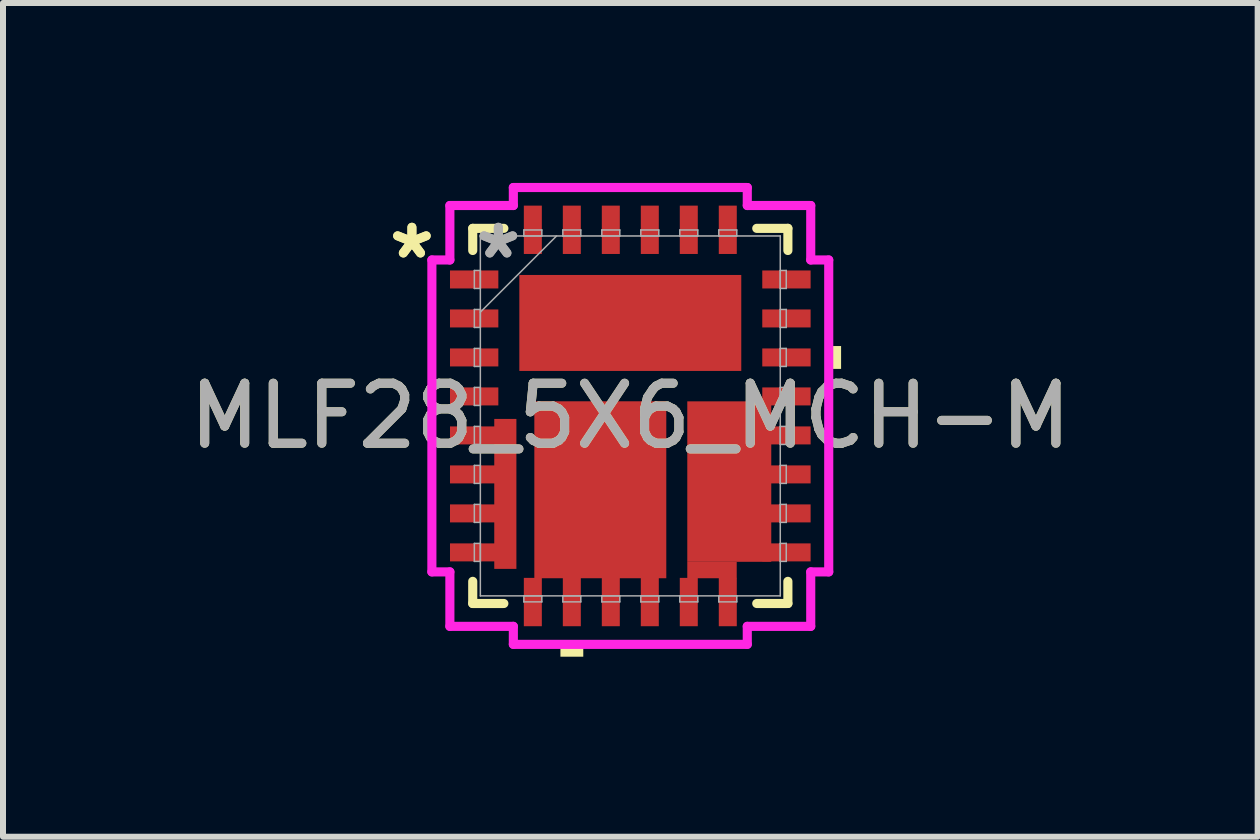
<source format=kicad_pcb>
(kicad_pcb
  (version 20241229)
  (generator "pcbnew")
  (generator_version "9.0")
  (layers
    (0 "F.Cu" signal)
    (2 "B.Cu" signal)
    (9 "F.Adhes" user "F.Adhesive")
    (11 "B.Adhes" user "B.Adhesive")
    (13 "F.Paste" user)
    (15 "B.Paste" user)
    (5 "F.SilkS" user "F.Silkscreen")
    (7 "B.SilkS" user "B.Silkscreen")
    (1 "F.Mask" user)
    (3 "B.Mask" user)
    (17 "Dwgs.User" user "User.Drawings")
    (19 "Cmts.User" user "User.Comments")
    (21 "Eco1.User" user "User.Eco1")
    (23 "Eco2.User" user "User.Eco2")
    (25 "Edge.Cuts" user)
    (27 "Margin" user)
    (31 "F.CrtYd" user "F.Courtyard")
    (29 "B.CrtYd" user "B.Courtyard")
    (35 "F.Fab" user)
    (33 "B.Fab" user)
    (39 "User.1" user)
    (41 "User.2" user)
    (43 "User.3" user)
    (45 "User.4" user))
  (footprint "MLF28_5X6_MCH-M"
    (layer "F.Cu")
    (at 7.458 3.884)
    (property "Reference" "MLF28_5X6_MCH-M" (at 0 0 0) (unlocked yes) (layer "F.SilkS") (effects (font (size 1 1) (thickness 0.15))))
    (attr smd)
    (fp_poly (pts (xy -2.268 0.05) (xy -1.899 0.05) (xy -1.899 2.55) (xy -2.268 2.55)) (stroke (width 0) (type solid)) (fill yes) (layer "F.Cu"))
    (fp_poly (pts (xy -1.6 -0.244) (xy 0.6 -0.244) (xy 0.6 2.706) (xy -1.6 2.706)) (stroke (width 0) (type solid)) (fill yes) (layer "F.Cu"))
    (fp_poly (pts (xy 0.95 2.431) (xy 1.774 2.431) (xy 1.774 2.706) (xy 0.95 2.706)) (stroke (width 0) (type solid)) (fill yes) (layer "F.Cu"))
    (fp_poly (pts (xy 0.95 -0.243) (xy 2.35 -0.243) (xy 2.35 2.432) (xy 0.95 2.432)) (stroke (width 0) (type solid)) (fill yes) (layer "F.Cu"))
    (fp_line (start -2.627 -3.127) (end -2.627 -2.758) (stroke (width 0.152) (type solid)) (layer "F.SilkS"))
    (fp_line (start -2.627 2.758) (end -2.627 3.127) (stroke (width 0.152) (type solid)) (layer "F.SilkS"))
    (fp_line (start -2.627 3.127) (end -2.108 3.127) (stroke (width 0.152) (type solid)) (layer "F.SilkS"))
    (fp_line (start -2.108 -3.127) (end -2.627 -3.127) (stroke (width 0.152) (type solid)) (layer "F.SilkS"))
    (fp_line (start 2.108 3.127) (end 2.627 3.127) (stroke (width 0.152) (type solid)) (layer "F.SilkS"))
    (fp_line (start 2.627 -3.127) (end 2.108 -3.127) (stroke (width 0.152) (type solid)) (layer "F.SilkS"))
    (fp_line (start 2.627 -2.758) (end 2.627 -3.127) (stroke (width 0.152) (type solid)) (layer "F.SilkS"))
    (fp_line (start 2.627 3.127) (end 2.627 2.758) (stroke (width 0.152) (type solid)) (layer "F.SilkS"))
    (fp_poly (pts (xy -1.165 3.76) (xy -1.165 4.014) (xy -0.784 4.014) (xy -0.784 3.76)) (stroke (width 0) (type solid)) (fill yes) (layer "F.SilkS"))
    (fp_poly (pts (xy 3.514 -1.165) (xy 3.514 -0.784) (xy 3.26 -0.784) (xy 3.26 -1.165)) (stroke (width 0) (type solid)) (fill yes) (layer "F.SilkS"))
    (fp_poly (pts (xy -3.003 -1.76) (xy -2.203 -1.76) (xy -2.203 -1.49) (xy -3.003 -1.49)) (stroke (width 0) (type solid)) (fill yes) (layer "F.Paste"))
    (fp_poly (pts (xy -3.003 -1.11) (xy -2.203 -1.11) (xy -2.203 -0.84) (xy -3.003 -0.84)) (stroke (width 0) (type solid)) (fill yes) (layer "F.Paste"))
    (fp_poly (pts (xy -3.003 -0.46) (xy -2.203 -0.46) (xy -2.203 -0.19) (xy -3.003 -0.19)) (stroke (width 0) (type solid)) (fill yes) (layer "F.Paste"))
    (fp_poly (pts (xy -3.003 0.19) (xy -2.203 0.19) (xy -2.203 0.46) (xy -3.003 0.46)) (stroke (width 0) (type solid)) (fill yes) (layer "F.Paste"))
    (fp_poly (pts (xy -3.003 0.84) (xy -2.203 0.84) (xy -2.203 1.11) (xy -3.003 1.11)) (stroke (width 0) (type solid)) (fill yes) (layer "F.Paste"))
    (fp_poly (pts (xy -3.003 1.49) (xy -2.203 1.49) (xy -2.203 1.76) (xy -3.003 1.76)) (stroke (width 0) (type solid)) (fill yes) (layer "F.Paste"))
    (fp_poly (pts (xy -3.003 2.14) (xy -2.203 2.14) (xy -2.203 2.41) (xy -3.003 2.41)) (stroke (width 0) (type solid)) (fill yes) (layer "F.Paste"))
    (fp_poly (pts (xy -1.837 -3.578) (xy -1.412 -3.578) (xy -1.412 -2.628) (xy -1.837 -2.628)) (stroke (width 0) (type solid)) (fill yes) (layer "F.Paste"))
    (fp_poly (pts (xy -1.187 -3.578) (xy -0.762 -3.578) (xy -0.762 -2.628) (xy -1.187 -2.628)) (stroke (width 0) (type solid)) (fill yes) (layer "F.Paste"))
    (fp_poly (pts (xy -1.11 -3.503) (xy -0.84 -3.503) (xy -0.84 -2.703) (xy -1.11 -2.703)) (stroke (width 0) (type solid)) (fill yes) (layer "F.Paste"))
    (fp_poly (pts (xy -0.537 -3.578) (xy -0.112 -3.578) (xy -0.112 -2.628) (xy -0.537 -2.628)) (stroke (width 0) (type solid)) (fill yes) (layer "F.Paste"))
    (fp_poly (pts (xy -0.46 -3.503) (xy -0.19 -3.503) (xy -0.19 -2.703) (xy -0.46 -2.703)) (stroke (width 0) (type solid)) (fill yes) (layer "F.Paste"))
    (fp_poly (pts (xy 0.113 -3.578) (xy 0.537 -3.578) (xy 0.537 -2.628) (xy 0.113 -2.628)) (stroke (width 0) (type solid)) (fill yes) (layer "F.Paste"))
    (fp_poly (pts (xy 0.762 -3.578) (xy 1.188 -3.578) (xy 1.188 -2.628) (xy 0.762 -2.628)) (stroke (width 0) (type solid)) (fill yes) (layer "F.Paste"))
    (fp_poly (pts (xy 0.762 2.628) (xy 1.188 2.628) (xy 1.188 3.578) (xy 0.762 3.578)) (stroke (width 0) (type solid)) (fill yes) (layer "F.Paste"))
    (fp_poly (pts (xy 1.413 -3.578) (xy 1.837 -3.578) (xy 1.837 -2.628) (xy 1.413 -2.628)) (stroke (width 0) (type solid)) (fill yes) (layer "F.Paste"))
    (fp_poly (pts (xy 1.413 2.628) (xy 1.837 2.628) (xy 1.837 3.578) (xy 1.413 3.578)) (stroke (width 0) (type solid)) (fill yes) (layer "F.Paste"))
    (fp_poly (pts (xy 2.062 2.628) (xy 2.488 2.628) (xy 2.488 3.578) (xy 2.062 3.578)) (stroke (width 0) (type solid)) (fill yes) (layer "F.Paste"))
    (fp_poly (pts (xy 2.128 -2.488) (xy 3.078 -2.488) (xy 3.078 -2.062) (xy 2.128 -2.062)) (stroke (width 0) (type solid)) (fill yes) (layer "F.Paste"))
    (fp_poly (pts (xy 2.128 -1.837) (xy 3.078 -1.837) (xy 3.078 -1.413) (xy 2.128 -1.413)) (stroke (width 0) (type solid)) (fill yes) (layer "F.Paste"))
    (fp_poly (pts (xy 2.128 -1.188) (xy 3.078 -1.188) (xy 3.078 -0.762) (xy 2.128 -0.762)) (stroke (width 0) (type solid)) (fill yes) (layer "F.Paste"))
    (fp_poly (pts (xy 2.128 -0.537) (xy 3.078 -0.537) (xy 3.078 -0.112) (xy 2.128 -0.112)) (stroke (width 0) (type solid)) (fill yes) (layer "F.Paste"))
    (fp_poly (pts (xy 2.128 0.113) (xy 3.078 0.113) (xy 3.078 0.537) (xy 2.128 0.537)) (stroke (width 0) (type solid)) (fill yes) (layer "F.Paste"))
    (fp_poly (pts (xy 2.128 0.762) (xy 3.078 0.762) (xy 3.078 1.188) (xy 2.128 1.188)) (stroke (width 0) (type solid)) (fill yes) (layer "F.Paste"))
    (fp_poly (pts (xy 2.128 1.413) (xy 3.078 1.413) (xy 3.078 1.837) (xy 2.128 1.837)) (stroke (width 0) (type solid)) (fill yes) (layer "F.Paste"))
    (fp_poly (pts (xy 2.128 2.062) (xy 3.078 2.062) (xy 3.078 2.488) (xy 2.128 2.488)) (stroke (width 0) (type solid)) (fill yes) (layer "F.Paste"))
    (fp_poly (pts (xy 2.712 2.628) (xy 3.137 2.628) (xy 3.137 3.578) (xy 2.712 3.578)) (stroke (width 0) (type solid)) (fill yes) (layer "F.Paste"))
    (fp_line (start -3.308 -2.6) (end -3.008 -2.6) (stroke (width 0.152) (type solid)) (layer "F.CrtYd"))
    (fp_line (start -3.308 2.6) (end -3.308 -2.6) (stroke (width 0.152) (type solid)) (layer "F.CrtYd"))
    (fp_line (start -3.008 -3.508) (end -1.95 -3.508) (stroke (width 0.152) (type solid)) (layer "F.CrtYd"))
    (fp_line (start -3.008 -2.6) (end -3.008 -3.508) (stroke (width 0.152) (type solid)) (layer "F.CrtYd"))
    (fp_line (start -3.008 2.6) (end -3.308 2.6) (stroke (width 0.152) (type solid)) (layer "F.CrtYd"))
    (fp_line (start -3.008 3.508) (end -3.008 2.6) (stroke (width 0.152) (type solid)) (layer "F.CrtYd"))
    (fp_line (start -1.95 -3.808) (end 1.95 -3.808) (stroke (width 0.152) (type solid)) (layer "F.CrtYd"))
    (fp_line (start -1.95 -3.508) (end -1.95 -3.808) (stroke (width 0.152) (type solid)) (layer "F.CrtYd"))
    (fp_line (start -1.95 3.508) (end -3.008 3.508) (stroke (width 0.152) (type solid)) (layer "F.CrtYd"))
    (fp_line (start -1.95 3.808) (end -1.95 3.508) (stroke (width 0.152) (type solid)) (layer "F.CrtYd"))
    (fp_line (start 1.95 -3.808) (end 1.95 -3.508) (stroke (width 0.152) (type solid)) (layer "F.CrtYd"))
    (fp_line (start 1.95 -3.508) (end 3.008 -3.508) (stroke (width 0.152) (type solid)) (layer "F.CrtYd"))
    (fp_line (start 1.95 3.508) (end 1.95 3.808) (stroke (width 0.152) (type solid)) (layer "F.CrtYd"))
    (fp_line (start 1.95 3.808) (end -1.95 3.808) (stroke (width 0.152) (type solid)) (layer "F.CrtYd"))
    (fp_line (start 3.008 -3.508) (end 3.008 -2.6) (stroke (width 0.152) (type solid)) (layer "F.CrtYd"))
    (fp_line (start 3.008 -2.6) (end 3.308 -2.6) (stroke (width 0.152) (type solid)) (layer "F.CrtYd"))
    (fp_line (start 3.008 2.6) (end 3.008 3.508) (stroke (width 0.152) (type solid)) (layer "F.CrtYd"))
    (fp_line (start 3.008 3.508) (end 1.95 3.508) (stroke (width 0.152) (type solid)) (layer "F.CrtYd"))
    (fp_line (start 3.308 -2.6) (end 3.308 2.6) (stroke (width 0.152) (type solid)) (layer "F.CrtYd"))
    (fp_line (start 3.308 2.6) (end 3.008 2.6) (stroke (width 0.152) (type solid)) (layer "F.CrtYd"))
    (fp_line (start -2.6 -2.425) (end -2.6 -2.125) (stroke (width 0.025) (type solid)) (layer "F.Fab"))
    (fp_line (start -2.6 -2.125) (end -2.5 -2.125) (stroke (width 0.025) (type solid)) (layer "F.Fab"))
    (fp_line (start -2.6 -1.775) (end -2.6 -1.475) (stroke (width 0.025) (type solid)) (layer "F.Fab"))
    (fp_line (start -2.6 -1.475) (end -2.5 -1.475) (stroke (width 0.025) (type solid)) (layer "F.Fab"))
    (fp_line (start -2.6 -1.125) (end -2.6 -0.825) (stroke (width 0.025) (type solid)) (layer "F.Fab"))
    (fp_line (start -2.6 -0.825) (end -2.5 -0.825) (stroke (width 0.025) (type solid)) (layer "F.Fab"))
    (fp_line (start -2.6 -0.475) (end -2.6 -0.175) (stroke (width 0.025) (type solid)) (layer "F.Fab"))
    (fp_line (start -2.6 -0.175) (end -2.5 -0.175) (stroke (width 0.025) (type solid)) (layer "F.Fab"))
    (fp_line (start -2.6 0.175) (end -2.6 0.475) (stroke (width 0.025) (type solid)) (layer "F.Fab"))
    (fp_line (start -2.6 0.475) (end -2.5 0.475) (stroke (width 0.025) (type solid)) (layer "F.Fab"))
    (fp_line (start -2.6 0.825) (end -2.6 1.125) (stroke (width 0.025) (type solid)) (layer "F.Fab"))
    (fp_line (start -2.6 1.125) (end -2.5 1.125) (stroke (width 0.025) (type solid)) (layer "F.Fab"))
    (fp_line (start -2.6 1.475) (end -2.6 1.775) (stroke (width 0.025) (type solid)) (layer "F.Fab"))
    (fp_line (start -2.6 1.775) (end -2.5 1.775) (stroke (width 0.025) (type solid)) (layer "F.Fab"))
    (fp_line (start -2.6 2.125) (end -2.6 2.425) (stroke (width 0.025) (type solid)) (layer "F.Fab"))
    (fp_line (start -2.6 2.425) (end -2.5 2.425) (stroke (width 0.025) (type solid)) (layer "F.Fab"))
    (fp_line (start -2.5 -3) (end -2.5 3) (stroke (width 0.025) (type solid)) (layer "F.Fab"))
    (fp_line (start -2.5 -2.425) (end -2.6 -2.425) (stroke (width 0.025) (type solid)) (layer "F.Fab"))
    (fp_line (start -2.5 -2.125) (end -2.5 -2.425) (stroke (width 0.025) (type solid)) (layer "F.Fab"))
    (fp_line (start -2.5 -1.775) (end -2.6 -1.775) (stroke (width 0.025) (type solid)) (layer "F.Fab"))
    (fp_line (start -2.5 -1.73) (end -1.23 -3) (stroke (width 0.025) (type solid)) (layer "F.Fab"))
    (fp_line (start -2.5 -1.475) (end -2.5 -1.775) (stroke (width 0.025) (type solid)) (layer "F.Fab"))
    (fp_line (start -2.5 -1.125) (end -2.6 -1.125) (stroke (width 0.025) (type solid)) (layer "F.Fab"))
    (fp_line (start -2.5 -0.825) (end -2.5 -1.125) (stroke (width 0.025) (type solid)) (layer "F.Fab"))
    (fp_line (start -2.5 -0.475) (end -2.6 -0.475) (stroke (width 0.025) (type solid)) (layer "F.Fab"))
    (fp_line (start -2.5 -0.175) (end -2.5 -0.475) (stroke (width 0.025) (type solid)) (layer "F.Fab"))
    (fp_line (start -2.5 0.175) (end -2.6 0.175) (stroke (width 0.025) (type solid)) (layer "F.Fab"))
    (fp_line (start -2.5 0.475) (end -2.5 0.175) (stroke (width 0.025) (type solid)) (layer "F.Fab"))
    (fp_line (start -2.5 0.825) (end -2.6 0.825) (stroke (width 0.025) (type solid)) (layer "F.Fab"))
    (fp_line (start -2.5 1.125) (end -2.5 0.825) (stroke (width 0.025) (type solid)) (layer "F.Fab"))
    (fp_line (start -2.5 1.475) (end -2.6 1.475) (stroke (width 0.025) (type solid)) (layer "F.Fab"))
    (fp_line (start -2.5 1.775) (end -2.5 1.475) (stroke (width 0.025) (type solid)) (layer "F.Fab"))
    (fp_line (start -2.5 2.125) (end -2.6 2.125) (stroke (width 0.025) (type solid)) (layer "F.Fab"))
    (fp_line (start -2.5 2.425) (end -2.5 2.125) (stroke (width 0.025) (type solid)) (layer "F.Fab"))
    (fp_line (start -2.5 3) (end 2.5 3) (stroke (width 0.025) (type solid)) (layer "F.Fab"))
    (fp_line (start -1.775 -3.1) (end -1.775 -3) (stroke (width 0.025) (type solid)) (layer "F.Fab"))
    (fp_line (start -1.775 -3) (end -1.475 -3) (stroke (width 0.025) (type solid)) (layer "F.Fab"))
    (fp_line (start -1.775 3) (end -1.775 3.1) (stroke (width 0.025) (type solid)) (layer "F.Fab"))
    (fp_line (start -1.775 3.1) (end -1.475 3.1) (stroke (width 0.025) (type solid)) (layer "F.Fab"))
    (fp_line (start -1.475 -3.1) (end -1.775 -3.1) (stroke (width 0.025) (type solid)) (layer "F.Fab"))
    (fp_line (start -1.475 -3) (end -1.475 -3.1) (stroke (width 0.025) (type solid)) (layer "F.Fab"))
    (fp_line (start -1.475 3) (end -1.775 3) (stroke (width 0.025) (type solid)) (layer "F.Fab"))
    (fp_line (start -1.475 3.1) (end -1.475 3) (stroke (width 0.025) (type solid)) (layer "F.Fab"))
    (fp_line (start -1.125 -3.1) (end -1.125 -3) (stroke (width 0.025) (type solid)) (layer "F.Fab"))
    (fp_line (start -1.125 -3) (end -0.825 -3) (stroke (width 0.025) (type solid)) (layer "F.Fab"))
    (fp_line (start -1.125 3) (end -1.125 3.1) (stroke (width 0.025) (type solid)) (layer "F.Fab"))
    (fp_line (start -1.125 3.1) (end -0.825 3.1) (stroke (width 0.025) (type solid)) (layer "F.Fab"))
    (fp_line (start -0.825 -3.1) (end -1.125 -3.1) (stroke (width 0.025) (type solid)) (layer "F.Fab"))
    (fp_line (start -0.825 -3) (end -0.825 -3.1) (stroke (width 0.025) (type solid)) (layer "F.Fab"))
    (fp_line (start -0.825 3) (end -1.125 3) (stroke (width 0.025) (type solid)) (layer "F.Fab"))
    (fp_line (start -0.825 3.1) (end -0.825 3) (stroke (width 0.025) (type solid)) (layer "F.Fab"))
    (fp_line (start -0.475 -3.1) (end -0.475 -3) (stroke (width 0.025) (type solid)) (layer "F.Fab"))
    (fp_line (start -0.475 -3) (end -0.175 -3) (stroke (width 0.025) (type solid)) (layer "F.Fab"))
    (fp_line (start -0.475 3) (end -0.475 3.1) (stroke (width 0.025) (type solid)) (layer "F.Fab"))
    (fp_line (start -0.475 3.1) (end -0.175 3.1) (stroke (width 0.025) (type solid)) (layer "F.Fab"))
    (fp_line (start -0.175 -3.1) (end -0.475 -3.1) (stroke (width 0.025) (type solid)) (layer "F.Fab"))
    (fp_line (start -0.175 -3) (end -0.175 -3.1) (stroke (width 0.025) (type solid)) (layer "F.Fab"))
    (fp_line (start -0.175 3) (end -0.475 3) (stroke (width 0.025) (type solid)) (layer "F.Fab"))
    (fp_line (start -0.175 3.1) (end -0.175 3) (stroke (width 0.025) (type solid)) (layer "F.Fab"))
    (fp_line (start 0.175 -3.1) (end 0.175 -3) (stroke (width 0.025) (type solid)) (layer "F.Fab"))
    (fp_line (start 0.175 -3) (end 0.475 -3) (stroke (width 0.025) (type solid)) (layer "F.Fab"))
    (fp_line (start 0.175 3) (end 0.175 3.1) (stroke (width 0.025) (type solid)) (layer "F.Fab"))
    (fp_line (start 0.175 3.1) (end 0.475 3.1) (stroke (width 0.025) (type solid)) (layer "F.Fab"))
    (fp_line (start 0.475 -3.1) (end 0.175 -3.1) (stroke (width 0.025) (type solid)) (layer "F.Fab"))
    (fp_line (start 0.475 -3) (end 0.475 -3.1) (stroke (width 0.025) (type solid)) (layer "F.Fab"))
    (fp_line (start 0.475 3) (end 0.175 3) (stroke (width 0.025) (type solid)) (layer "F.Fab"))
    (fp_line (start 0.475 3.1) (end 0.475 3) (stroke (width 0.025) (type solid)) (layer "F.Fab"))
    (fp_line (start 0.825 -3.1) (end 0.825 -3) (stroke (width 0.025) (type solid)) (layer "F.Fab"))
    (fp_line (start 0.825 -3) (end 1.125 -3) (stroke (width 0.025) (type solid)) (layer "F.Fab"))
    (fp_line (start 0.825 3) (end 0.825 3.1) (stroke (width 0.025) (type solid)) (layer "F.Fab"))
    (fp_line (start 0.825 3.1) (end 1.125 3.1) (stroke (width 0.025) (type solid)) (layer "F.Fab"))
    (fp_line (start 1.125 -3.1) (end 0.825 -3.1) (stroke (width 0.025) (type solid)) (layer "F.Fab"))
    (fp_line (start 1.125 -3) (end 1.125 -3.1) (stroke (width 0.025) (type solid)) (layer "F.Fab"))
    (fp_line (start 1.125 3) (end 0.825 3) (stroke (width 0.025) (type solid)) (layer "F.Fab"))
    (fp_line (start 1.125 3.1) (end 1.125 3) (stroke (width 0.025) (type solid)) (layer "F.Fab"))
    (fp_line (start 1.475 -3.1) (end 1.475 -3) (stroke (width 0.025) (type solid)) (layer "F.Fab"))
    (fp_line (start 1.475 -3) (end 1.775 -3) (stroke (width 0.025) (type solid)) (layer "F.Fab"))
    (fp_line (start 1.475 3) (end 1.475 3.1) (stroke (width 0.025) (type solid)) (layer "F.Fab"))
    (fp_line (start 1.475 3.1) (end 1.775 3.1) (stroke (width 0.025) (type solid)) (layer "F.Fab"))
    (fp_line (start 1.775 -3.1) (end 1.475 -3.1) (stroke (width 0.025) (type solid)) (layer "F.Fab"))
    (fp_line (start 1.775 -3) (end 1.775 -3.1) (stroke (width 0.025) (type solid)) (layer "F.Fab"))
    (fp_line (start 1.775 3) (end 1.475 3) (stroke (width 0.025) (type solid)) (layer "F.Fab"))
    (fp_line (start 1.775 3.1) (end 1.775 3) (stroke (width 0.025) (type solid)) (layer "F.Fab"))
    (fp_line (start 2.5 -3) (end -2.5 -3) (stroke (width 0.025) (type solid)) (layer "F.Fab"))
    (fp_line (start 2.5 -2.425) (end 2.5 -2.125) (stroke (width 0.025) (type solid)) (layer "F.Fab"))
    (fp_line (start 2.5 -2.125) (end 2.6 -2.125) (stroke (width 0.025) (type solid)) (layer "F.Fab"))
    (fp_line (start 2.5 -1.775) (end 2.5 -1.475) (stroke (width 0.025) (type solid)) (layer "F.Fab"))
    (fp_line (start 2.5 -1.475) (end 2.6 -1.475) (stroke (width 0.025) (type solid)) (layer "F.Fab"))
    (fp_line (start 2.5 -1.125) (end 2.5 -0.825) (stroke (width 0.025) (type solid)) (layer "F.Fab"))
    (fp_line (start 2.5 -0.825) (end 2.6 -0.825) (stroke (width 0.025) (type solid)) (layer "F.Fab"))
    (fp_line (start 2.5 -0.475) (end 2.5 -0.175) (stroke (width 0.025) (type solid)) (layer "F.Fab"))
    (fp_line (start 2.5 -0.175) (end 2.6 -0.175) (stroke (width 0.025) (type solid)) (layer "F.Fab"))
    (fp_line (start 2.5 0.175) (end 2.5 0.475) (stroke (width 0.025) (type solid)) (layer "F.Fab"))
    (fp_line (start 2.5 0.475) (end 2.6 0.475) (stroke (width 0.025) (type solid)) (layer "F.Fab"))
    (fp_line (start 2.5 0.825) (end 2.5 1.125) (stroke (width 0.025) (type solid)) (layer "F.Fab"))
    (fp_line (start 2.5 1.125) (end 2.6 1.125) (stroke (width 0.025) (type solid)) (layer "F.Fab"))
    (fp_line (start 2.5 1.475) (end 2.5 1.775) (stroke (width 0.025) (type solid)) (layer "F.Fab"))
    (fp_line (start 2.5 1.775) (end 2.6 1.775) (stroke (width 0.025) (type solid)) (layer "F.Fab"))
    (fp_line (start 2.5 2.125) (end 2.5 2.425) (stroke (width 0.025) (type solid)) (layer "F.Fab"))
    (fp_line (start 2.5 2.425) (end 2.6 2.425) (stroke (width 0.025) (type solid)) (layer "F.Fab"))
    (fp_line (start 2.5 3) (end 2.5 -3) (stroke (width 0.025) (type solid)) (layer "F.Fab"))
    (fp_line (start 2.6 -2.425) (end 2.5 -2.425) (stroke (width 0.025) (type solid)) (layer "F.Fab"))
    (fp_line (start 2.6 -2.125) (end 2.6 -2.425) (stroke (width 0.025) (type solid)) (layer "F.Fab"))
    (fp_line (start 2.6 -1.775) (end 2.5 -1.775) (stroke (width 0.025) (type solid)) (layer "F.Fab"))
    (fp_line (start 2.6 -1.475) (end 2.6 -1.775) (stroke (width 0.025) (type solid)) (layer "F.Fab"))
    (fp_line (start 2.6 -1.125) (end 2.5 -1.125) (stroke (width 0.025) (type solid)) (layer "F.Fab"))
    (fp_line (start 2.6 -0.825) (end 2.6 -1.125) (stroke (width 0.025) (type solid)) (layer "F.Fab"))
    (fp_line (start 2.6 -0.475) (end 2.5 -0.475) (stroke (width 0.025) (type solid)) (layer "F.Fab"))
    (fp_line (start 2.6 -0.175) (end 2.6 -0.475) (stroke (width 0.025) (type solid)) (layer "F.Fab"))
    (fp_line (start 2.6 0.175) (end 2.5 0.175) (stroke (width 0.025) (type solid)) (layer "F.Fab"))
    (fp_line (start 2.6 0.475) (end 2.6 0.175) (stroke (width 0.025) (type solid)) (layer "F.Fab"))
    (fp_line (start 2.6 0.825) (end 2.5 0.825) (stroke (width 0.025) (type solid)) (layer "F.Fab"))
    (fp_line (start 2.6 1.125) (end 2.6 0.825) (stroke (width 0.025) (type solid)) (layer "F.Fab"))
    (fp_line (start 2.6 1.475) (end 2.5 1.475) (stroke (width 0.025) (type solid)) (layer "F.Fab"))
    (fp_line (start 2.6 1.775) (end 2.6 1.475) (stroke (width 0.025) (type solid)) (layer "F.Fab"))
    (fp_line (start 2.6 2.125) (end 2.5 2.125) (stroke (width 0.025) (type solid)) (layer "F.Fab"))
    (fp_line (start 2.6 2.425) (end 2.6 2.125) (stroke (width 0.025) (type solid)) (layer "F.Fab"))
    (fp_text user "*" (at -3.641 -2.6 0) (unlocked yes) (layer "F.SilkS") (effects (font (size 1 1) (thickness 0.15))))
    (fp_text user "*" (at -3.641 -2.6 0) (layer "F.SilkS") (effects (font (size 1 1) (thickness 0.15))))
    (fp_text user "*" (at -2.2 -2.6 0) (unlocked yes) (layer "F.Fab") (effects (font (size 1 1) (thickness 0.15))))
    (fp_text user "*" (at -2.2 -2.6 0) (layer "F.Fab") (effects (font (size 1 1) (thickness 0.15))))
    (fp_text user "${REFERENCE}" (at 0 0 0) (unlocked yes) (layer "F.Fab") (effects (font (size 1 1) (thickness 0.15))))
    (pad "1" smd rect (at -2.603 -2.275 90) (size 0.3 0.806) (layers "F.Cu" "F.Mask" "F.Paste"))
    (pad "2" smd rect (at -2.603 -1.625 90) (size 0.3 0.806) (layers "F.Cu" "F.Mask" "F.Paste"))
    (pad "3" smd rect (at -2.603 -0.975 90) (size 0.3 0.806) (layers "F.Cu" "F.Mask" "F.Paste"))
    (pad "4" smd rect (at -2.603 -0.325 90) (size 0.3 0.806) (layers "F.Cu" "F.Mask" "F.Paste"))
    (pad "5" smd rect (at -2.603 0.325 90) (size 0.3 0.806) (layers "F.Cu" "F.Mask" "F.Paste"))
    (pad "6" smd rect (at -2.603 0.975 90) (size 0.3 0.806) (layers "F.Cu" "F.Mask" "F.Paste"))
    (pad "7" smd rect (at -2.603 1.625 90) (size 0.3 0.806) (layers "F.Cu" "F.Mask" "F.Paste"))
    (pad "8" smd rect (at -2.603 2.275 90) (size 0.3 0.806) (layers "F.Cu" "F.Mask" "F.Paste"))
    (pad "9" smd rect (at -1.625 3.103) (size 0.3 0.806) (layers "F.Cu" "F.Mask" "F.Paste"))
    (pad "10" smd rect (at -0.975 3.103) (size 0.3 0.806) (layers "F.Cu" "F.Mask" "F.Paste"))
    (pad "11" smd rect (at -0.325 3.103) (size 0.3 0.806) (layers "F.Cu" "F.Mask" "F.Paste"))
    (pad "12" smd rect (at 0.325 3.103) (size 0.3 0.806) (layers "F.Cu" "F.Mask" "F.Paste"))
    (pad "13" smd rect (at 0.975 3.103) (size 0.3 0.806) (layers "F.Cu" "F.Mask" "F.Paste"))
    (pad "14" smd rect (at 1.625 3.103) (size 0.3 0.806) (layers "F.Cu" "F.Mask" "F.Paste"))
    (pad "15" smd rect (at 2.603 2.275 90) (size 0.3 0.806) (layers "F.Cu" "F.Mask" "F.Paste"))
    (pad "16" smd rect (at 2.603 1.625 90) (size 0.3 0.806) (layers "F.Cu" "F.Mask" "F.Paste"))
    (pad "17" smd rect (at 2.603 0.975 90) (size 0.3 0.806) (layers "F.Cu" "F.Mask" "F.Paste"))
    (pad "18" smd rect (at 2.603 0.325 90) (size 0.3 0.806) (layers "F.Cu" "F.Mask" "F.Paste"))
    (pad "19" smd rect (at 2.603 -0.325 90) (size 0.3 0.806) (layers "F.Cu" "F.Mask" "F.Paste"))
    (pad "20" smd rect (at 2.603 -0.975 90) (size 0.3 0.806) (layers "F.Cu" "F.Mask" "F.Paste"))
    (pad "21" smd rect (at 2.603 -1.625 90) (size 0.3 0.806) (layers "F.Cu" "F.Mask" "F.Paste"))
    (pad "22" smd rect (at 2.603 -2.275 90) (size 0.3 0.806) (layers "F.Cu" "F.Mask" "F.Paste"))
    (pad "23" smd rect (at 1.625 -3.103) (size 0.3 0.806) (layers "F.Cu" "F.Mask" "F.Paste"))
    (pad "24" smd rect (at 0.975 -3.103) (size 0.3 0.806) (layers "F.Cu" "F.Mask" "F.Paste"))
    (pad "25" smd rect (at 0.325 -3.103) (size 0.3 0.806) (layers "F.Cu" "F.Mask" "F.Paste"))
    (pad "26" smd rect (at -0.325 -3.103) (size 0.3 0.806) (layers "F.Cu" "F.Mask" "F.Paste"))
    (pad "27" smd rect (at -0.975 -3.103) (size 0.3 0.806) (layers "F.Cu" "F.Mask" "F.Paste"))
    (pad "28" smd rect (at -1.625 -3.103) (size 0.3 0.806) (layers "F.Cu" "F.Mask" "F.Paste"))
    (pad "29" smd rect (at 0 -1.55) (size 3.7 1.6) (layers "F.Cu" "F.Mask" "F.Paste")))
  (gr_rect
    (start -3 -3)
    (end 17.917 10.899)
    (stroke (width 0.1) (type default))
    (fill no)
    (layer "Edge.Cuts")))
</source>
